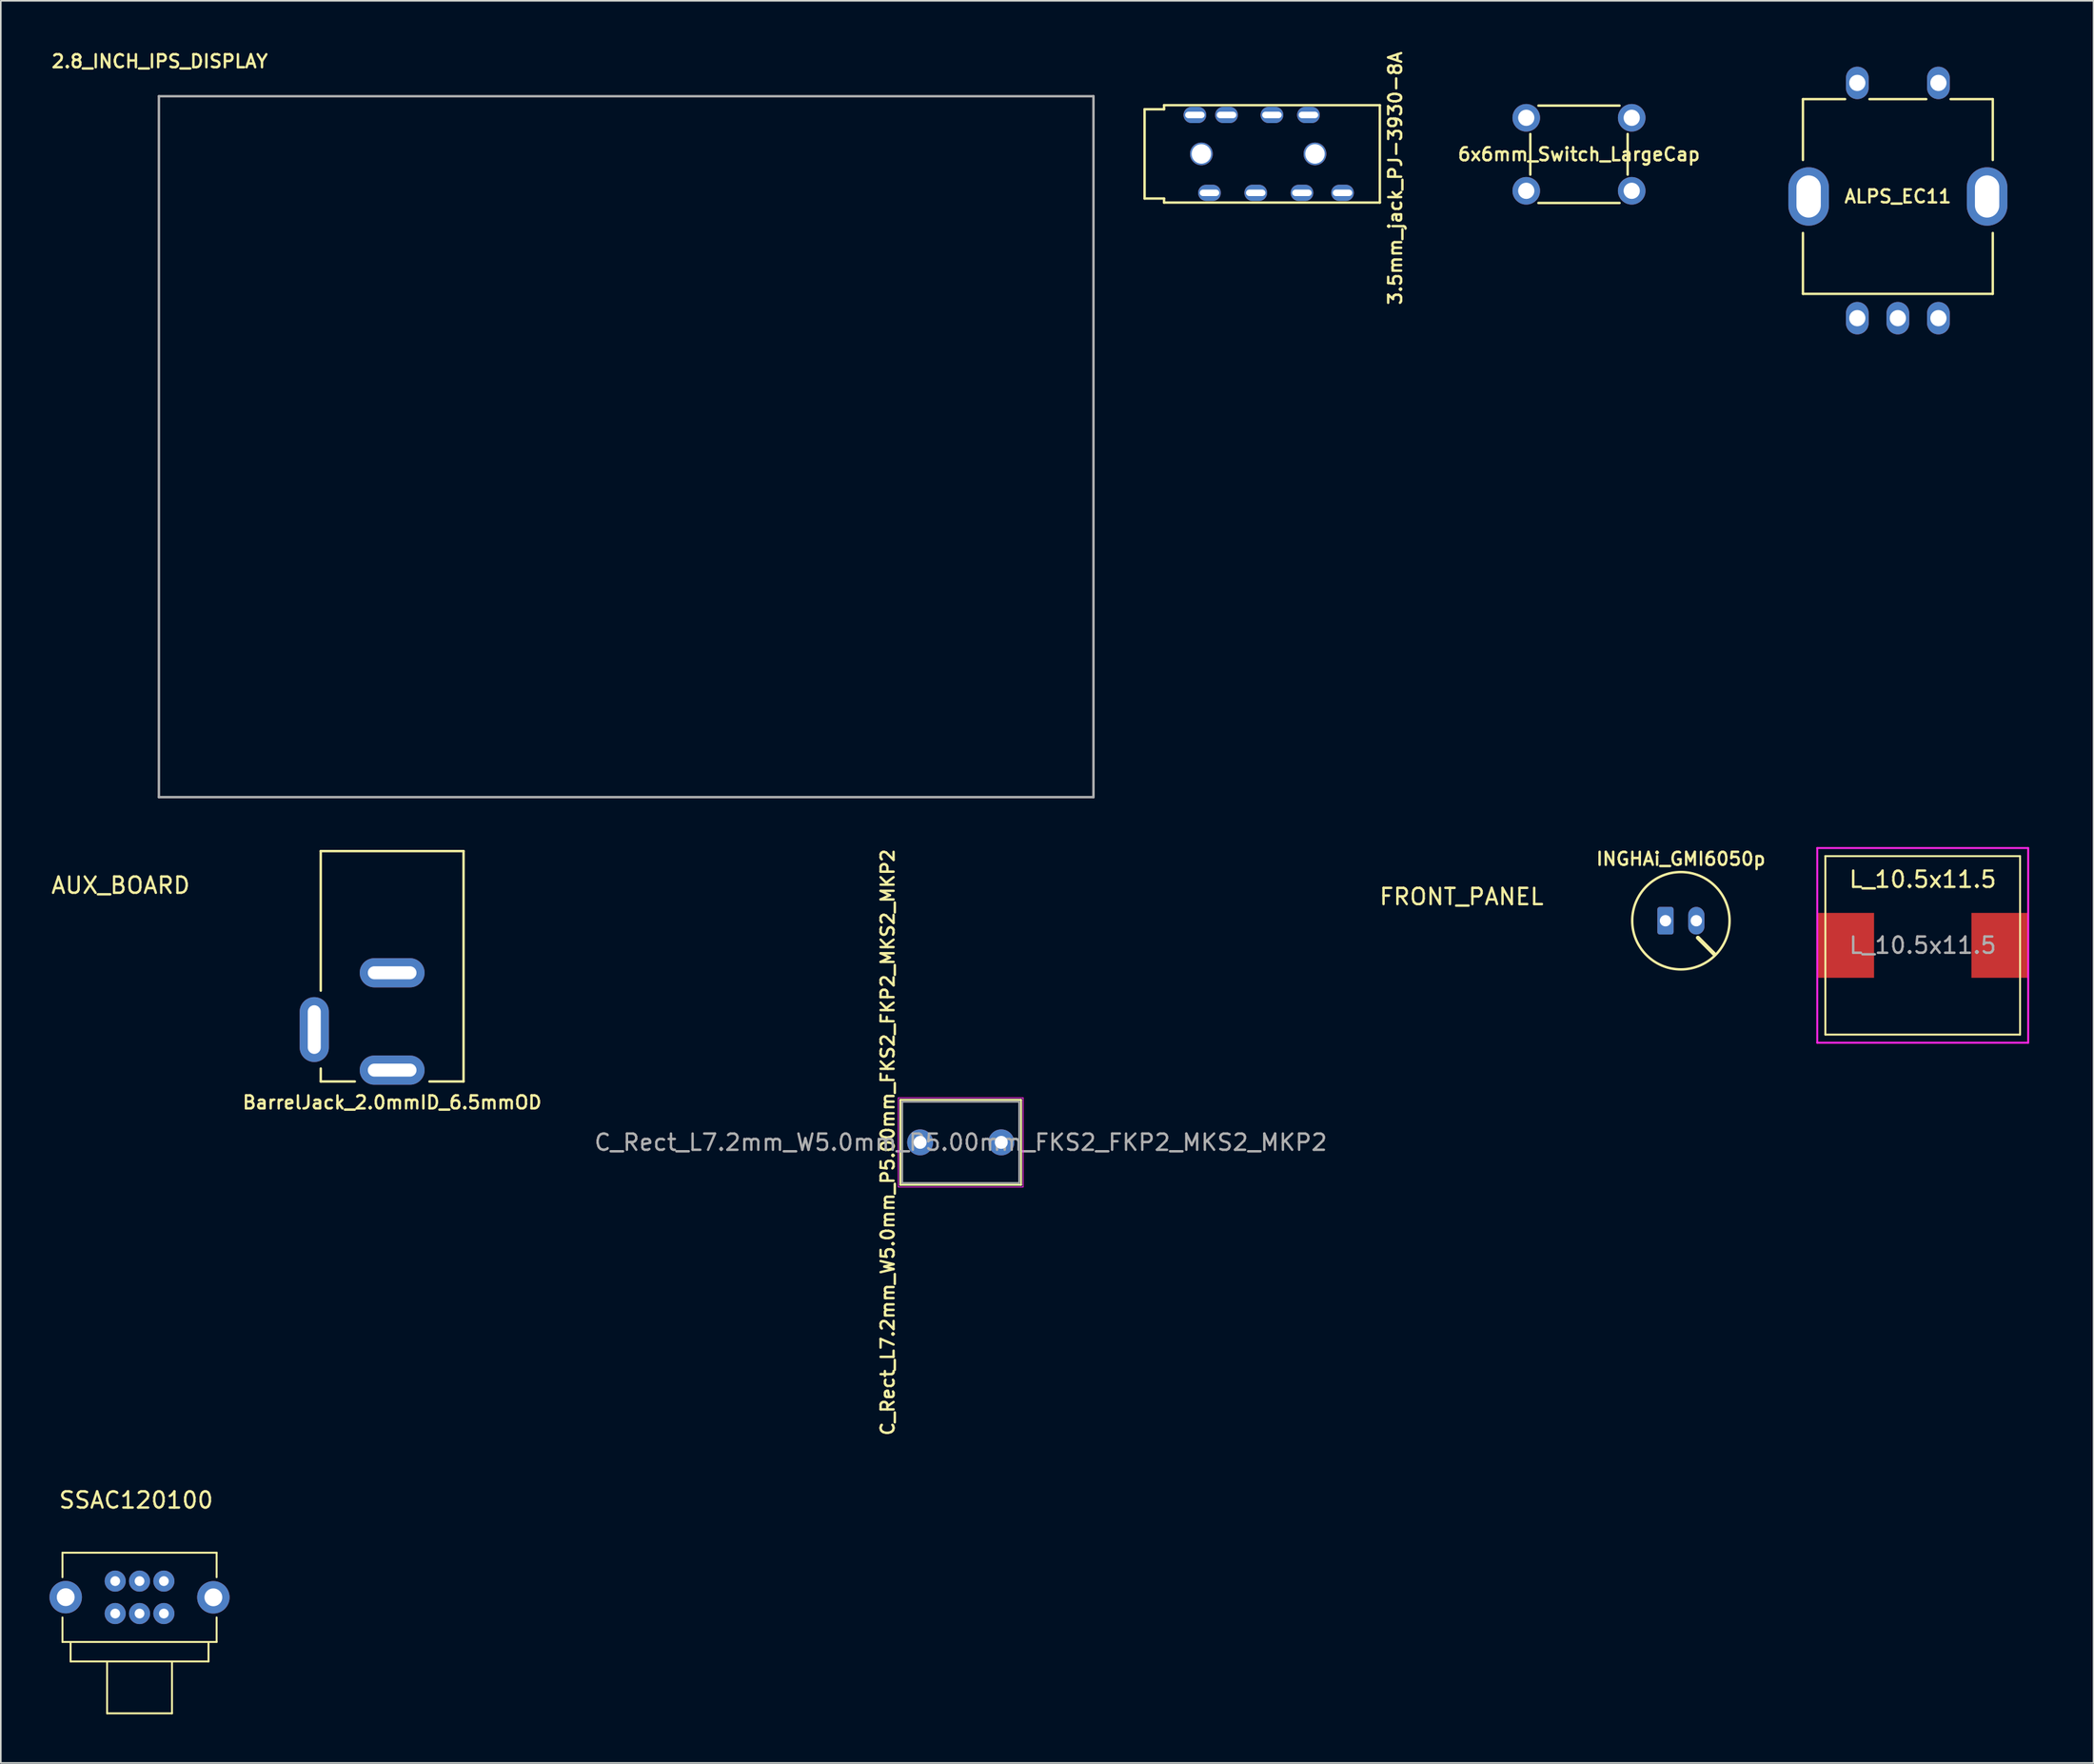
<source format=kicad_pcb>
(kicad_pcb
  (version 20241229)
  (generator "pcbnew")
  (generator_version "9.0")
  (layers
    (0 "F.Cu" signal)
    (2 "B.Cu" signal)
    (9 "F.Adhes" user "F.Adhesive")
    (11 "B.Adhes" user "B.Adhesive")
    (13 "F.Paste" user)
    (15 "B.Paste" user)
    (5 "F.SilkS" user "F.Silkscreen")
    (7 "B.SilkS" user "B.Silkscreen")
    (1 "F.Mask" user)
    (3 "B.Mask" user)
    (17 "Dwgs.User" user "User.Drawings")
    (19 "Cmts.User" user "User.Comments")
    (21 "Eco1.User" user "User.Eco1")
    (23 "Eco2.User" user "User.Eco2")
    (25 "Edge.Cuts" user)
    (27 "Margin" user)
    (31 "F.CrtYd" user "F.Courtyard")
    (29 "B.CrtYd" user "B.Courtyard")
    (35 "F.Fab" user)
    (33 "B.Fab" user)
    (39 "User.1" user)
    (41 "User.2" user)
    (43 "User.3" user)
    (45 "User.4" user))
  (footprint "ALPS_EC11"
    (layer "F.Cu")
    (at 113.919 9.06)
    (property "Reference" "ALPS_EC11" (at 0 0 0) (layer "F.SilkS") (effects (font (size 0.8 0.8) (thickness 0.15))))
    (attr through_hole)
    (fp_line (start -5.85 -6) (end -3.25 -6) (stroke (width 0.15) (type solid)) (layer "F.SilkS"))
    (fp_line (start -5.85 -2.25) (end -5.85 -6) (stroke (width 0.15) (type solid)) (layer "F.SilkS"))
    (fp_line (start -5.85 6) (end -5.85 2.25) (stroke (width 0.15) (type solid)) (layer "F.SilkS"))
    (fp_line (start -1.75 -6) (end 1.75 -6) (stroke (width 0.15) (type solid)) (layer "F.SilkS"))
    (fp_line (start 3.25 -6) (end 5.85 -6) (stroke (width 0.15) (type solid)) (layer "F.SilkS"))
    (fp_line (start 5.85 -6) (end 5.85 -2.25) (stroke (width 0.15) (type solid)) (layer "F.SilkS"))
    (fp_line (start 5.85 6) (end -5.85 6) (stroke (width 0.15) (type solid)) (layer "F.SilkS"))
    (fp_line (start 5.85 6) (end 5.85 2.25) (stroke (width 0.15) (type solid)) (layer "F.SilkS"))
    (fp_circle (center 0 0) (end 3 0) (stroke (width 0.12) (type solid)) (fill no) (layer "Eco1.User"))
    (fp_circle (center 0 0) (end 9 0) (stroke (width 0.12) (type solid)) (fill no) (layer "Eco1.User"))
    (pad "" thru_hole oval (at -5.5 0 90) (size 3.6 2.5) (drill oval 2.6 1.5) (layers "*.Cu" "*.Mask"))
    (pad "" thru_hole oval (at 5.5 0 90) (size 3.6 2.5) (drill oval 2.6 1.5) (layers "*.Cu" "*.Mask"))
    (pad "A" thru_hole oval (at -2.5 7.5) (size 1.4 2) (drill 1) (layers "*.Cu" "*.Mask"))
    (pad "B" thru_hole oval (at 2.5 7.5) (size 1.4 2) (drill 1) (layers "*.Cu" "*.Mask"))
    (pad "C" thru_hole oval (at 0 7.5) (size 1.4 2) (drill 1) (layers "*.Cu" "*.Mask"))
    (pad "S1" thru_hole oval (at -2.5 -7) (size 1.4 2) (drill 1) (layers "*.Cu" "*.Mask"))
    (pad "S2" thru_hole oval (at 2.5 -7) (size 1.4 2) (drill 1) (layers "*.Cu" "*.Mask")))
  (footprint "AUX_BOARD"
    (layer "F.Cu")
    (at 4.387 51.019)
    (property "Reference" "AUX_BOARD" (at 0 0.5 0) (layer "F.SilkS") (effects (font (size 1 1) (thickness 0.15))))
    (attr through_hole)
    (fp_circle (center 0 0) (end 1 1.5) (stroke (width 0.12) (type solid)) (fill no) (layer "Eco1.User")))
  (footprint "SSAC120100"
    (layer "F.Cu")
    (at 5.55 95.399)
    (property "Reference" "SSAC120100" (at -0.21 -5.99 0) (layer "F.SilkS") (effects (font (size 1 1) (thickness 0.15))))
    (attr through_hole)
    (fp_line (start -4.75 -2.75) (end -4.75 -1.24) (stroke (width 0.12) (type solid)) (layer "F.SilkS"))
    (fp_line (start -4.75 -2.75) (end 4.75 -2.75) (stroke (width 0.12) (type solid)) (layer "F.SilkS"))
    (fp_line (start -4.75 2.75) (end -4.75 1.24) (stroke (width 0.12) (type solid)) (layer "F.SilkS"))
    (fp_line (start -4.25 3.95) (end -4.25 2.8) (stroke (width 0.12) (type solid)) (layer "F.SilkS"))
    (fp_line (start -4.25 3.95) (end 4.25 3.95) (stroke (width 0.12) (type solid)) (layer "F.SilkS"))
    (fp_line (start -2 4) (end -2 7.15) (stroke (width 0.12) (type solid)) (layer "F.SilkS"))
    (fp_line (start -2 7.15) (end 2 7.15) (stroke (width 0.12) (type solid)) (layer "F.SilkS"))
    (fp_line (start 2 4) (end 2 7.15) (stroke (width 0.12) (type solid)) (layer "F.SilkS"))
    (fp_line (start 4.25 3.95) (end 4.25 2.8) (stroke (width 0.12) (type solid)) (layer "F.SilkS"))
    (fp_line (start 4.75 -2.75) (end 4.75 -1.24) (stroke (width 0.12) (type solid)) (layer "F.SilkS"))
    (fp_line (start 4.75 2.75) (end -4.75 2.75) (stroke (width 0.12) (type solid)) (layer "F.SilkS"))
    (fp_line (start 4.75 2.75) (end 4.75 1.24) (stroke (width 0.12) (type solid)) (layer "F.SilkS"))
    (pad "" thru_hole circle (at -4.55 -0.01) (size 2 2) (drill 1.1) (layers "*.Cu" "*.Mask"))
    (pad "" thru_hole circle (at 4.55 0) (size 2 2) (drill 1.1) (layers "*.Cu" "*.Mask"))
    (pad "1" thru_hole circle (at -1.5 -1) (size 1.3 1.3) (drill 0.6) (layers "*.Cu" "*.Mask"))
    (pad "2" thru_hole circle (at 0 -1) (size 1.3 1.3) (drill 0.6) (layers "*.Cu" "*.Mask"))
    (pad "3" thru_hole circle (at 1.5 -1) (size 1.3 1.3) (drill 0.6) (layers "*.Cu" "*.Mask"))
    (pad "4" thru_hole circle (at -1.5 1) (size 1.3 1.3) (drill 0.6) (layers "*.Cu" "*.Mask"))
    (pad "5" thru_hole circle (at 0 1) (size 1.3 1.3) (drill 0.6) (layers "*.Cu" "*.Mask"))
    (pad "6" thru_hole circle (at 1.5 1) (size 1.3 1.3) (drill 0.6) (layers "*.Cu" "*.Mask")))
  (footprint "FRONT_PANEL"
    (layer "F.Cu")
    (at 87.029 51.716)
    (property "Reference" "FRONT_PANEL" (at 0 0.5 0) (layer "F.SilkS") (effects (font (size 1 1) (thickness 0.15))))
    (attr through_hole)
    (fp_circle (center 0 0) (end 1.5 2) (stroke (width 0.12) (type solid)) (fill no) (layer "Eco1.User")))
  (footprint "2.8_INCH_IPS_DISPLAY"
    (layer "F.Cu")
    (at 35.543 24.481)
    (property "Reference" "2.8_INCH_IPS_DISPLAY" (at -28.75 -23.75 0) (layer "F.SilkS") (effects (font (size 0.8 0.8) (thickness 0.15))))
    (attr through_hole)
    (fp_line (start -28.8 -21.6) (end 28.8 -21.6) (stroke (width 0.15) (type solid)) (layer "Eco1.User"))
    (fp_line (start -28.8 21.6) (end -28.8 -21.6) (stroke (width 0.15) (type solid)) (layer "Eco1.User"))
    (fp_line (start 28.8 -21.6) (end 28.8 21.6) (stroke (width 0.15) (type solid)) (layer "Eco1.User"))
    (fp_line (start 28.8 21.6) (end -28.8 21.6) (stroke (width 0.15) (type solid)) (layer "Eco1.User"))
    (fp_line (start -28.8 -21.6) (end 28.8 -21.6) (stroke (width 0.15) (type solid)) (layer "F.Fab"))
    (fp_line (start -28.8 21.6) (end -28.8 -21.6) (stroke (width 0.15) (type solid)) (layer "F.Fab"))
    (fp_line (start 28.8 -21.6) (end 28.8 21.6) (stroke (width 0.15) (type solid)) (layer "F.Fab"))
    (fp_line (start 28.8 21.6) (end -28.8 21.6) (stroke (width 0.15) (type solid)) (layer "F.Fab")))
  (footprint "INGHAi_GMI6050p"
    (layer "F.Cu")
    (at 100.547 53.697)
    (property "Reference" "INGHAi_GMI6050p" (at 0 -3.81 0) (layer "F.SilkS") (effects (font (size 0.8 0.8) (thickness 0.15))))
    (attr through_hole)
    (fp_line (start 1.05 1.05) (end 2.05 2.05) (stroke (width 0.25) (type solid)) (layer "F.SilkS"))
    (fp_circle (center 0 0) (end 0 -3) (stroke (width 0.15) (type solid)) (fill no) (layer "F.SilkS"))
    (pad "1" thru_hole roundrect (at -0.95 0) (size 1 1.7) (drill 0.7) (layers "*.Cu" "*.Mask") (roundrect_rratio 0.15))
    (pad "2" thru_hole oval (at 0.95 0) (size 1 1.7) (drill 0.7) (layers "*.Cu" "*.Mask")))
  (footprint "6x6mm_Switch_LargeCap"
    (layer "F.Cu")
    (at 94.266 6.46)
    (property "Reference" "6x6mm_Switch_LargeCap" (at 0 0 180) (layer "F.SilkS") (effects (font (size 0.8 0.8) (thickness 0.15))))
    (attr through_hole)
    (fp_line (start -3 1.25) (end -3 -1.25) (stroke (width 0.15) (type solid)) (layer "F.SilkS"))
    (fp_line (start -2.5 -3) (end 2.5 -3) (stroke (width 0.15) (type solid)) (layer "F.SilkS"))
    (fp_line (start 2.5 3) (end -2.5 3) (stroke (width 0.15) (type solid)) (layer "F.SilkS"))
    (fp_line (start 3 -1.25) (end 3 1.25) (stroke (width 0.15) (type solid)) (layer "F.SilkS"))
    (fp_circle (center 0 0) (end 5.75 0) (stroke (width 0.12) (type solid)) (fill no) (layer "Eco1.User"))
    (fp_circle (center 0 0) (end 6.4 0) (stroke (width 0.12) (type solid)) (fill no) (layer "Eco1.User"))
    (pad "1" thru_hole circle (at -3.25 -2.25) (size 1.7 1.7) (drill 1) (layers "*.Cu" "*.Mask"))
    (pad "1" thru_hole circle (at 3.25 -2.25) (size 1.7 1.7) (drill 1) (layers "*.Cu" "*.Mask"))
    (pad "2" thru_hole circle (at -3.25 2.25) (size 1.7 1.7) (drill 1) (layers "*.Cu" "*.Mask"))
    (pad "2" thru_hole circle (at 3.25 2.25) (size 1.7 1.7) (drill 1) (layers "*.Cu" "*.Mask")))
  (footprint "BarrelJack_2.0mmID_6.5mmOD"
    (layer "F.Cu")
    (at 21.119 49.406)
    (property "Reference" "BarrelJack_2.0mmID_6.5mmOD" (at 0 15.494 180) (layer "F.SilkS") (effects (font (size 0.8 0.8) (thickness 0.15))))
    (attr smd)
    (fp_line (start -4.4 0) (end -4.4 8.6) (stroke (width 0.15) (type solid)) (layer "F.SilkS"))
    (fp_line (start -4.4 13.4) (end -4.4 14.2) (stroke (width 0.15) (type solid)) (layer "F.SilkS"))
    (fp_line (start -4.4 14.2) (end -2.3 14.2) (stroke (width 0.15) (type solid)) (layer "F.SilkS"))
    (fp_line (start 4.4 0) (end -4.4 0) (stroke (width 0.15) (type solid)) (layer "F.SilkS"))
    (fp_line (start 4.4 14.2) (end 2.3 14.2) (stroke (width 0.15) (type solid)) (layer "F.SilkS"))
    (fp_line (start 4.4 14.2) (end 4.4 0) (stroke (width 0.15) (type solid)) (layer "F.SilkS"))
    (pad "1" thru_hole oval (at 0 13.5) (size 4 1.8) (drill oval 3 0.8) (layers "*.Cu" "*.Mask"))
    (pad "2" thru_hole oval (at 0 7.5) (size 4 1.8) (drill oval 3 0.8) (layers "*.Cu" "*.Mask"))
    (pad "3" thru_hole oval (at -4.8 11 90) (size 4 1.8) (drill oval 3 0.8) (layers "*.Cu" "*.Mask")))
  (footprint "L_10.5x11.5"
    (layer "F.Cu")
    (at 115.452 55.216)
    (property "Reference" "L_10.5x11.5" (at 0 -4.064 0) (layer "F.SilkS") (effects (font (size 1 1) (thickness 0.15))))
    (attr smd)
    (fp_line (start -6 -5.5) (end 6 -5.5) (stroke (width 0.12) (type solid)) (layer "F.SilkS"))
    (fp_line (start -6 5.5) (end -6 -5.5) (stroke (width 0.12) (type solid)) (layer "F.SilkS"))
    (fp_line (start 6 -5.5) (end 6 5.5) (stroke (width 0.12) (type solid)) (layer "F.SilkS"))
    (fp_line (start 6 5.5) (end -6 5.5) (stroke (width 0.12) (type solid)) (layer "F.SilkS"))
    (fp_line (start -6.5 -6) (end 6.5 -6) (stroke (width 0.12) (type solid)) (layer "F.CrtYd"))
    (fp_line (start -6.5 6) (end -6.5 -6) (stroke (width 0.12) (type solid)) (layer "F.CrtYd"))
    (fp_line (start 6.5 -6) (end 6.5 6) (stroke (width 0.12) (type solid)) (layer "F.CrtYd"))
    (fp_line (start 6.5 6) (end -6.5 6) (stroke (width 0.12) (type solid)) (layer "F.CrtYd"))
    (fp_text user "${REFERENCE}" (at 0 0 0) (layer "F.Fab") (effects (font (size 1 1) (thickness 0.15))))
    (pad "1" smd rect (at -4.75 0) (size 3.5 4) (layers "F.Cu" "F.Mask" "F.Paste"))
    (pad "2" smd rect (at 4.75 0) (size 3.5 4) (layers "F.Cu" "F.Mask" "F.Paste")))
  (footprint "C_Rect_L7.2mm_W5.0mm_P5.00mm_FKS2_FKP2_MKS2_MKP2"
    (layer "F.Cu")
    (at 53.66 67.358)
    (property "Reference" "C_Rect_L7.2mm_W5.0mm_P5.00mm_FKS2_FKP2_MKS2_MKP2" (at -2 0 90) (layer "F.SilkS") (effects (font (size 0.8 0.8) (thickness 0.15))))
    (attr smd)
    (fp_line (start -1.22 -2.62) (end -1.22 2.62) (stroke (width 0.12) (type solid)) (layer "F.SilkS"))
    (fp_line (start -1.22 -2.62) (end 6.22 -2.62) (stroke (width 0.12) (type solid)) (layer "F.SilkS"))
    (fp_line (start -1.22 2.62) (end 6.22 2.62) (stroke (width 0.12) (type solid)) (layer "F.SilkS"))
    (fp_line (start 6.22 -2.62) (end 6.22 2.62) (stroke (width 0.12) (type solid)) (layer "F.SilkS"))
    (fp_line (start -1.35 -2.75) (end -1.35 2.75) (stroke (width 0.05) (type solid)) (layer "F.CrtYd"))
    (fp_line (start -1.35 2.75) (end 6.35 2.75) (stroke (width 0.05) (type solid)) (layer "F.CrtYd"))
    (fp_line (start 6.35 -2.75) (end -1.35 -2.75) (stroke (width 0.05) (type solid)) (layer "F.CrtYd"))
    (fp_line (start 6.35 2.75) (end 6.35 -2.75) (stroke (width 0.05) (type solid)) (layer "F.CrtYd"))
    (fp_line (start -1.1 -2.5) (end -1.1 2.5) (stroke (width 0.1) (type solid)) (layer "F.Fab"))
    (fp_line (start -1.1 2.5) (end 6.1 2.5) (stroke (width 0.1) (type solid)) (layer "F.Fab"))
    (fp_line (start 6.1 -2.5) (end -1.1 -2.5) (stroke (width 0.1) (type solid)) (layer "F.Fab"))
    (fp_line (start 6.1 2.5) (end 6.1 -2.5) (stroke (width 0.1) (type solid)) (layer "F.Fab"))
    (fp_text user "${REFERENCE}" (at 2.5 0 180) (layer "F.Fab") (effects (font (size 1 1) (thickness 0.15))))
    (pad "1" thru_hole circle (at 0 0) (size 1.6 1.6) (drill 0.8) (layers "*.Cu" "*.Mask"))
    (pad "2" thru_hole circle (at 5 0) (size 1.6 1.6) (drill 0.8) (layers "*.Cu" "*.Mask")))
  (footprint "3.5mm_jack_PJ-3930-8A"
    (layer "F.Cu")
    (at 68.693 6.435)
    (property "Reference" "3.5mm_jack_PJ-3930-8A" (at 14.25 1.5 90) (layer "F.SilkS") (effects (font (size 0.8 0.8) (thickness 0.15))))
    (attr smd)
    (fp_line (start -1.2 -2.75) (end 0 -2.75) (stroke (width 0.15) (type solid)) (layer "F.SilkS"))
    (fp_line (start -1.2 2.75) (end -1.2 -2.75) (stroke (width 0.15) (type solid)) (layer "F.SilkS"))
    (fp_line (start 0 -3) (end 13.3 -3) (stroke (width 0.15) (type solid)) (layer "F.SilkS"))
    (fp_line (start 0 -2.75) (end 0 -3) (stroke (width 0.15) (type solid)) (layer "F.SilkS"))
    (fp_line (start 0 2.75) (end -1.2 2.75) (stroke (width 0.15) (type solid)) (layer "F.SilkS"))
    (fp_line (start 0 3) (end 0 2.75) (stroke (width 0.15) (type solid)) (layer "F.SilkS"))
    (fp_line (start 13.3 -3) (end 13.3 3) (stroke (width 0.15) (type solid)) (layer "F.SilkS"))
    (fp_line (start 13.3 3) (end 0 3) (stroke (width 0.15) (type solid)) (layer "F.SilkS"))
    (pad "" np_thru_hole circle (at 2.3 0 90) (size 1.4 1.4) (drill 1.2) (layers "*.Cu" "*.Mask"))
    (pad "" np_thru_hole circle (at 9.3 0 90) (size 1.4 1.4) (drill 1.2) (layers "*.Cu" "*.Mask"))
    (pad "R1" thru_hole oval (at 8.5 2.4 90) (size 1 1.4) (drill oval 0.4 1.2) (layers "*.Cu" "*.Mask"))
    (pad "R1S" thru_hole oval (at 6.65 -2.4 90) (size 1 1.4) (drill oval 0.4 1.2) (layers "*.Cu" "*.Mask"))
    (pad "R2" thru_hole oval (at 5.65 2.4 90) (size 1 1.4) (drill oval 0.4 1.2) (layers "*.Cu" "*.Mask"))
    (pad "R2S" thru_hole oval (at 3.85 -2.4 90) (size 1 1.4) (drill oval 0.4 1.2) (layers "*.Cu" "*.Mask"))
    (pad "S" thru_hole oval (at 2.8 2.4 90) (size 1 1.4) (drill oval 0.4 1.2) (layers "*.Cu" "*.Mask"))
    (pad "SS" thru_hole oval (at 1.9 -2.4 90) (size 1 1.4) (drill oval 0.4 1.2) (layers "*.Cu" "*.Mask"))
    (pad "T" thru_hole oval (at 8.9 -2.4 90) (size 1 1.4) (drill oval 0.4 1.2) (layers "*.Cu" "*.Mask"))
    (pad "TS" thru_hole oval (at 11 2.4 90) (size 1 1.4) (drill oval 0.4 1.2) (layers "*.Cu" "*.Mask")))
  (gr_rect
    (start -3 -3)
    (end 125.979 105.609)
    (stroke (width 0.1) (type default))
    (fill no)
    (layer "Edge.Cuts")))
</source>
